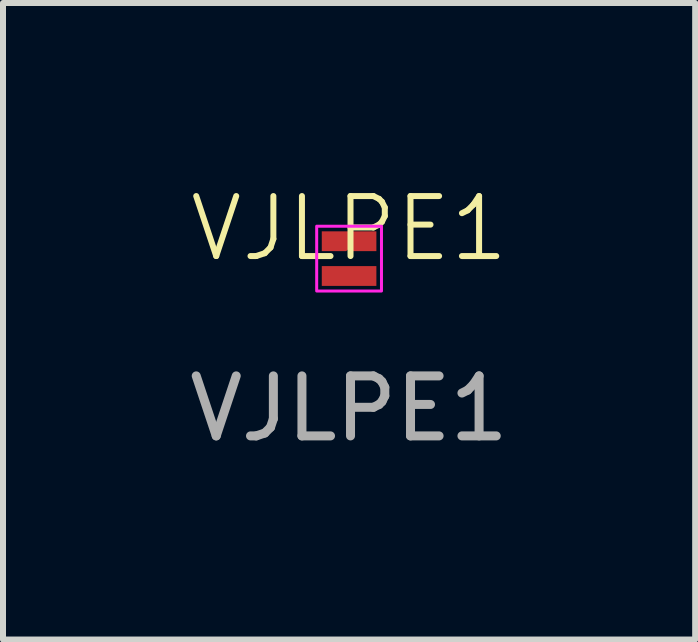
<source format=kicad_pcb>
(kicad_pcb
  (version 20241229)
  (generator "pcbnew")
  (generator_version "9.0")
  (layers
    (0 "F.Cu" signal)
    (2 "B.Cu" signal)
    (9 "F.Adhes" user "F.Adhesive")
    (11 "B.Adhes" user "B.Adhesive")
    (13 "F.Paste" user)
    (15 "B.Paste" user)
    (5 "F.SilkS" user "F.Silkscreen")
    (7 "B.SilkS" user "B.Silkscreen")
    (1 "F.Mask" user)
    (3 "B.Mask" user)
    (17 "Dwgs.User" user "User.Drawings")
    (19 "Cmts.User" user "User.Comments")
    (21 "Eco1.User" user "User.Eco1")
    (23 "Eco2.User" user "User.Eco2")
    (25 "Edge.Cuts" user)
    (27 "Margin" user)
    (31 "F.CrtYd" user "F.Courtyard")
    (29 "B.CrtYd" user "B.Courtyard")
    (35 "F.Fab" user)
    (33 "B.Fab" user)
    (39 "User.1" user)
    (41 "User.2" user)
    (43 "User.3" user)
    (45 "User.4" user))
  (footprint "VJLPE1"
    (layer "F.Cu")
    (at 2.768 1.26)
    (property "Reference" "VJLPE1" (at 0 -0.5 0) (unlocked yes) (layer "F.SilkS") (effects (font (size 1 1) (thickness 0.1))))
    (attr smd)
    (fp_rect (start -0.54 -0.54) (end 0.54 0.54) (stroke (width 0.05) (type default)) (fill no) (layer "F.CrtYd"))
    (fp_text user "${REFERENCE}" (at 0 2.5 0) (unlocked yes) (layer "F.Fab") (effects (font (size 1 1) (thickness 0.15))))
    (pad "1" smd custom (at 0 -0.312 90) (size 0.285 0.91) (layers "F.Cu" "F.Mask" "F.Paste") (options (anchor rect)) (primitives (gr_poly (pts (xy -0.188 0.051) (xy -0.188 0.455) (xy 0.142 0.455) (xy 0.142 -0.455) (xy -0.188 -0.455) (xy -0.188 -0.05) (xy -0.146 0)) (width 0) (fill yes))))
    (pad "2" smd rect (at 0 0.29 90) (size 0.33 0.91) (layers "F.Cu" "F.Mask" "F.Paste")))
  (gr_rect
    (start -3 -3)
    (end 8.536 7.609)
    (stroke (width 0.1) (type default))
    (fill no)
    (layer "Edge.Cuts")))
</source>
